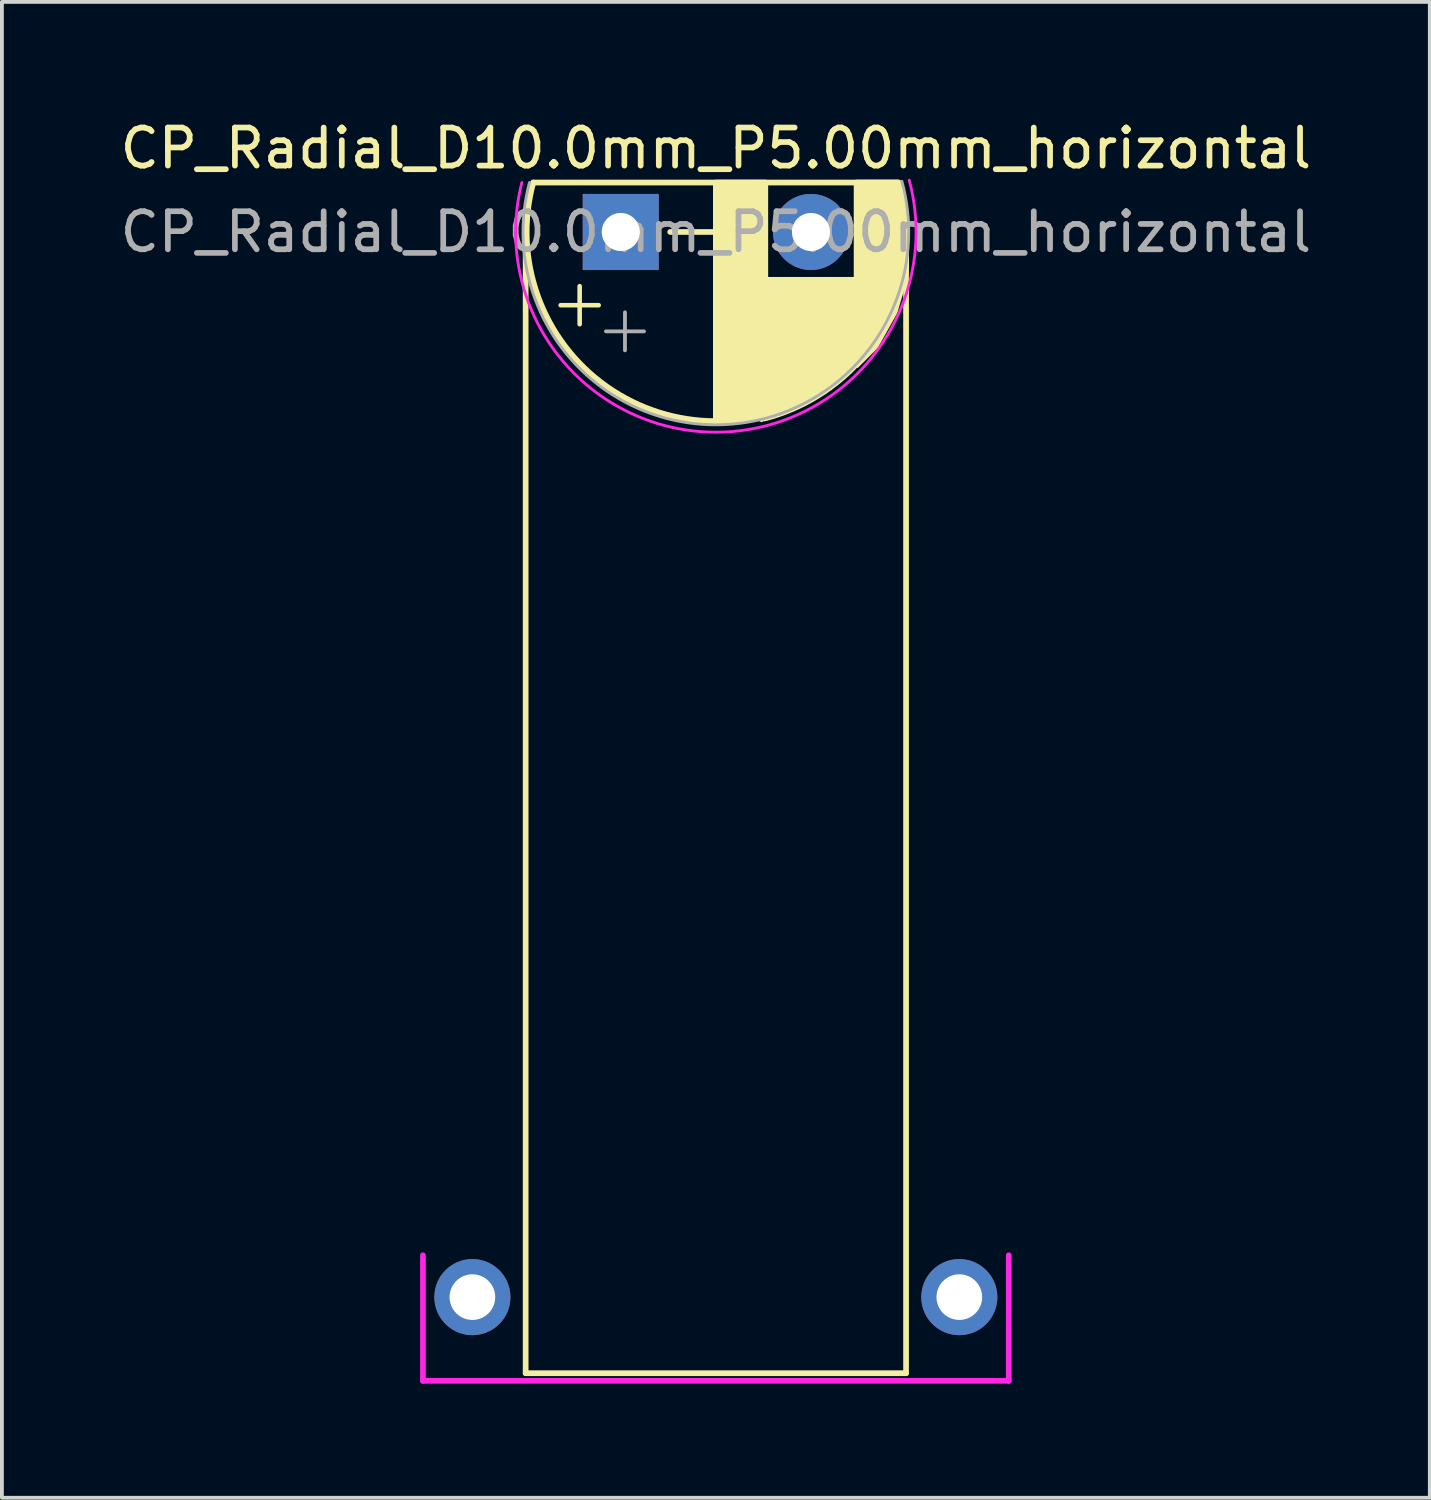
<source format=kicad_pcb>
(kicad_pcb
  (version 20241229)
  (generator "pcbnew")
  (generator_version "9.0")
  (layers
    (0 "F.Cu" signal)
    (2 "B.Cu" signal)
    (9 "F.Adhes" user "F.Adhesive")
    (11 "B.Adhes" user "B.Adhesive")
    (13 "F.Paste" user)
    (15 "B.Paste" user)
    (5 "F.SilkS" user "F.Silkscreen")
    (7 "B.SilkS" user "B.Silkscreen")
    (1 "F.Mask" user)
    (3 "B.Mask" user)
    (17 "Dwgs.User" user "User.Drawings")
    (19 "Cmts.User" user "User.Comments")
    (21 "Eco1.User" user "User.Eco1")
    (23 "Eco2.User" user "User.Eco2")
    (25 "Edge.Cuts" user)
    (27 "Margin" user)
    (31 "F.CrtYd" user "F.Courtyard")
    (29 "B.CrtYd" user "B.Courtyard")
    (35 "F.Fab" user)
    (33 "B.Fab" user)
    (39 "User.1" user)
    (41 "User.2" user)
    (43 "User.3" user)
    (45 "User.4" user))
  (footprint "CP_Radial_D10.0mm_P5.00mm_horizontal"
    (layer "F.Cu")
    (at 13.268 3.048)
    (property "Reference" "CP_Radial_D10.0mm_P5.00mm_horizontal" (at 2.5 -2.2 0) (layer "F.SilkS") (effects (font (size 1 1) (thickness 0.15))))
    (attr through_hole)
    (fp_line (start -2.5 0) (end -2.5 30) (stroke (width 0.15) (type solid)) (layer "F.SilkS"))
    (fp_line (start -2.5 30) (end 7.5 30) (stroke (width 0.15) (type solid)) (layer "F.SilkS"))
    (fp_line (start -2.3 -1.3) (end 7.3 -1.3) (stroke (width 0.15) (type solid)) (layer "F.SilkS"))
    (fp_line (start -1.58 1.925) (end -0.58 1.925) (stroke (width 0.12) (type solid)) (layer "F.SilkS"))
    (fp_line (start -1.08 1.425) (end -1.08 2.425) (stroke (width 0.12) (type solid)) (layer "F.SilkS"))
    (fp_line (start 1.3 0) (end 3.7 0) (stroke (width 0.15) (type solid)) (layer "F.SilkS"))
    (fp_line (start 3.7 0) (end 3.701 4.938) (stroke (width 0.12) (type solid)) (layer "F.SilkS"))
    (fp_line (start 3.781 1.241) (end 3.781 4.918) (stroke (width 0.12) (type solid)) (layer "F.SilkS"))
    (fp_line (start 3.821 1.241) (end 3.821 4.907) (stroke (width 0.12) (type solid)) (layer "F.SilkS"))
    (fp_line (start 3.861 1.241) (end 3.861 4.897) (stroke (width 0.12) (type solid)) (layer "F.SilkS"))
    (fp_line (start 3.901 1.241) (end 3.901 4.885) (stroke (width 0.12) (type solid)) (layer "F.SilkS"))
    (fp_line (start 3.941 1.241) (end 3.941 4.874) (stroke (width 0.12) (type solid)) (layer "F.SilkS"))
    (fp_line (start 3.981 1.241) (end 3.981 4.862) (stroke (width 0.12) (type solid)) (layer "F.SilkS"))
    (fp_line (start 4.021 1.241) (end 4.021 4.85) (stroke (width 0.12) (type solid)) (layer "F.SilkS"))
    (fp_line (start 4.061 1.241) (end 4.061 4.837) (stroke (width 0.12) (type solid)) (layer "F.SilkS"))
    (fp_line (start 4.101 1.241) (end 4.101 4.824) (stroke (width 0.12) (type solid)) (layer "F.SilkS"))
    (fp_line (start 4.141 1.241) (end 4.141 4.811) (stroke (width 0.12) (type solid)) (layer "F.SilkS"))
    (fp_line (start 4.181 1.241) (end 4.181 4.797) (stroke (width 0.12) (type solid)) (layer "F.SilkS"))
    (fp_line (start 4.221 1.241) (end 4.221 4.783) (stroke (width 0.12) (type solid)) (layer "F.SilkS"))
    (fp_line (start 4.261 1.241) (end 4.261 4.768) (stroke (width 0.12) (type solid)) (layer "F.SilkS"))
    (fp_line (start 4.301 1.241) (end 4.301 4.754) (stroke (width 0.12) (type solid)) (layer "F.SilkS"))
    (fp_line (start 4.341 1.241) (end 4.341 4.738) (stroke (width 0.12) (type solid)) (layer "F.SilkS"))
    (fp_line (start 4.381 1.241) (end 4.381 4.723) (stroke (width 0.12) (type solid)) (layer "F.SilkS"))
    (fp_line (start 4.421 1.241) (end 4.421 4.707) (stroke (width 0.12) (type solid)) (layer "F.SilkS"))
    (fp_line (start 4.461 1.241) (end 4.461 4.69) (stroke (width 0.12) (type solid)) (layer "F.SilkS"))
    (fp_line (start 4.501 1.241) (end 4.501 4.674) (stroke (width 0.12) (type solid)) (layer "F.SilkS"))
    (fp_line (start 4.541 1.241) (end 4.541 4.657) (stroke (width 0.12) (type solid)) (layer "F.SilkS"))
    (fp_line (start 4.581 1.241) (end 4.581 4.639) (stroke (width 0.12) (type solid)) (layer "F.SilkS"))
    (fp_line (start 4.621 1.241) (end 4.621 4.621) (stroke (width 0.12) (type solid)) (layer "F.SilkS"))
    (fp_line (start 4.661 1.241) (end 4.661 4.603) (stroke (width 0.12) (type solid)) (layer "F.SilkS"))
    (fp_line (start 4.701 1.241) (end 4.701 4.584) (stroke (width 0.12) (type solid)) (layer "F.SilkS"))
    (fp_line (start 4.741 1.241) (end 4.741 4.564) (stroke (width 0.12) (type solid)) (layer "F.SilkS"))
    (fp_line (start 4.781 1.241) (end 4.781 4.545) (stroke (width 0.12) (type solid)) (layer "F.SilkS"))
    (fp_line (start 4.821 1.241) (end 4.821 4.525) (stroke (width 0.12) (type solid)) (layer "F.SilkS"))
    (fp_line (start 4.861 1.241) (end 4.861 4.504) (stroke (width 0.12) (type solid)) (layer "F.SilkS"))
    (fp_line (start 4.901 1.241) (end 4.901 4.483) (stroke (width 0.12) (type solid)) (layer "F.SilkS"))
    (fp_line (start 4.941 1.241) (end 4.941 4.462) (stroke (width 0.12) (type solid)) (layer "F.SilkS"))
    (fp_line (start 4.981 1.241) (end 4.981 4.44) (stroke (width 0.12) (type solid)) (layer "F.SilkS"))
    (fp_line (start 5.021 1.241) (end 5.021 4.417) (stroke (width 0.12) (type solid)) (layer "F.SilkS"))
    (fp_line (start 5.061 1.241) (end 5.061 4.395) (stroke (width 0.12) (type solid)) (layer "F.SilkS"))
    (fp_line (start 5.101 1.241) (end 5.101 4.371) (stroke (width 0.12) (type solid)) (layer "F.SilkS"))
    (fp_line (start 5.141 1.241) (end 5.141 4.347) (stroke (width 0.12) (type solid)) (layer "F.SilkS"))
    (fp_line (start 5.181 1.241) (end 5.181 4.323) (stroke (width 0.12) (type solid)) (layer "F.SilkS"))
    (fp_line (start 5.221 1.241) (end 5.221 4.298) (stroke (width 0.12) (type solid)) (layer "F.SilkS"))
    (fp_line (start 5.261 1.241) (end 5.261 4.273) (stroke (width 0.12) (type solid)) (layer "F.SilkS"))
    (fp_line (start 5.301 1.241) (end 5.301 4.247) (stroke (width 0.12) (type solid)) (layer "F.SilkS"))
    (fp_line (start 5.341 1.241) (end 5.341 4.221) (stroke (width 0.12) (type solid)) (layer "F.SilkS"))
    (fp_line (start 5.381 1.241) (end 5.381 4.194) (stroke (width 0.12) (type solid)) (layer "F.SilkS"))
    (fp_line (start 5.421 1.241) (end 5.421 4.166) (stroke (width 0.12) (type solid)) (layer "F.SilkS"))
    (fp_line (start 5.461 1.241) (end 5.461 4.138) (stroke (width 0.12) (type solid)) (layer "F.SilkS"))
    (fp_line (start 5.501 1.241) (end 5.501 4.11) (stroke (width 0.12) (type solid)) (layer "F.SilkS"))
    (fp_line (start 5.541 1.241) (end 5.541 4.08) (stroke (width 0.12) (type solid)) (layer "F.SilkS"))
    (fp_line (start 5.581 1.241) (end 5.581 4.05) (stroke (width 0.12) (type solid)) (layer "F.SilkS"))
    (fp_line (start 5.621 1.241) (end 5.621 4.02) (stroke (width 0.12) (type solid)) (layer "F.SilkS"))
    (fp_line (start 5.661 1.241) (end 5.661 3.989) (stroke (width 0.12) (type solid)) (layer "F.SilkS"))
    (fp_line (start 5.701 1.241) (end 5.701 3.957) (stroke (width 0.12) (type solid)) (layer "F.SilkS"))
    (fp_line (start 5.741 1.241) (end 5.741 3.925) (stroke (width 0.12) (type solid)) (layer "F.SilkS"))
    (fp_line (start 5.781 1.241) (end 5.781 3.892) (stroke (width 0.12) (type solid)) (layer "F.SilkS"))
    (fp_line (start 5.821 1.241) (end 5.821 3.858) (stroke (width 0.12) (type solid)) (layer "F.SilkS"))
    (fp_line (start 5.861 1.241) (end 5.861 3.824) (stroke (width 0.12) (type solid)) (layer "F.SilkS"))
    (fp_line (start 5.901 1.241) (end 5.901 3.789) (stroke (width 0.12) (type solid)) (layer "F.SilkS"))
    (fp_line (start 5.941 1.241) (end 5.941 3.753) (stroke (width 0.12) (type solid)) (layer "F.SilkS"))
    (fp_line (start 5.981 1.241) (end 5.981 3.716) (stroke (width 0.12) (type solid)) (layer "F.SilkS"))
    (fp_line (start 6.021 1.241) (end 6.021 3.679) (stroke (width 0.12) (type solid)) (layer "F.SilkS"))
    (fp_line (start 6.061 1.241) (end 6.061 3.64) (stroke (width 0.12) (type solid)) (layer "F.SilkS"))
    (fp_line (start 6.101 1.241) (end 6.101 3.601) (stroke (width 0.12) (type solid)) (layer "F.SilkS"))
    (fp_line (start 6.141 1.241) (end 6.141 3.561) (stroke (width 0.12) (type solid)) (layer "F.SilkS"))
    (fp_line (start 6.181 1.241) (end 6.181 3.52) (stroke (width 0.12) (type solid)) (layer "F.SilkS"))
    (fp_line (start 6.221 1.241) (end 6.221 3.478) (stroke (width 0.12) (type solid)) (layer "F.SilkS"))
    (fp_line (start 6.43 -0.01) (end 6.421 3.254) (stroke (width 0.12) (type solid)) (layer "F.SilkS"))
    (fp_line (start 6.45 0) (end 6.461 3.206) (stroke (width 0.12) (type solid)) (layer "F.SilkS"))
    (fp_line (start 6.575 0.025) (end 6.581 3.054) (stroke (width 0.12) (type solid)) (layer "F.SilkS"))
    (fp_line (start 7.5 30) (end 7.5 0) (stroke (width 0.15) (type solid)) (layer "F.SilkS"))
    (fp_arc (start 7.30664 -1.27523) (mid 2.487178 4.97291) (end -2.3 -1.3) (stroke (width 0.15) (type solid)) (layer "F.SilkS"))
    (fp_poly (pts (xy 2.5 -1.3) (xy 2.5 5) (xy 2.8 5) (xy 3.2 4.9) (xy 3.8 4.8) (xy 3.8 -1.3)) (stroke (width 0.15) (type solid)) (fill yes) (layer "F.SilkS"))
    (fp_poly (pts (xy 6.2 3.5) (xy 6.7 3) (xy 7.2 2.1) (xy 7.5 1.1) (xy 7.5 0) (xy 7.4 -0.8) (xy 7.3 -1.3) (xy 6.2 -1.3)) (stroke (width 0.15) (type solid)) (fill yes) (layer "F.SilkS"))
    (fp_line (start -5.2 26.9) (end -5.2 30.2) (stroke (width 0.15) (type solid)) (layer "F.CrtYd"))
    (fp_line (start -5.2 30.2) (end 10.2 30.2) (stroke (width 0.15) (type solid)) (layer "F.CrtYd"))
    (fp_line (start 10.2 30.2) (end 10.2 26.9) (stroke (width 0.15) (type solid)) (layer "F.CrtYd"))
    (fp_arc (start 7.583749 -1.362161) (mid 2.532125 5.26298) (end -2.599999 -1.299999) (stroke (width 0.075) (type solid)) (layer "F.CrtYd"))
    (fp_line (start -0.389 2.612) (end 0.611 2.612) (stroke (width 0.1) (type solid)) (layer "F.Fab"))
    (fp_line (start 0.111 2.112) (end 0.111 3.112) (stroke (width 0.1) (type solid)) (layer "F.Fab"))
    (fp_arc (start 7.391205 -1.332706) (mid 2.516934 5.069488) (end -2.399999 -1.299999) (stroke (width 0.075) (type solid)) (layer "F.Fab"))
    (fp_text user "${REFERENCE}" (at 2.5 0 0) (layer "F.Fab") (effects (font (size 1 1) (thickness 0.15))))
    (pad "1" thru_hole rect (at 0 0) (size 2 2) (drill 1) (layers "*.Cu" "*.Mask"))
    (pad "2" thru_hole circle (at 5 0) (size 2 2) (drill 1) (layers "*.Cu" "*.Mask"))
    (pad "3" thru_hole circle (at -3.9 28) (size 2 2) (drill 1.2) (layers "*.Cu" "*.Mask"))
    (pad "4" thru_hole circle (at 8.9 28) (size 2 2) (drill 1.2) (layers "*.Cu" "*.Mask")))
  (gr_rect
    (start -3 -3)
    (end 34.536 36.323)
    (stroke (width 0.1) (type default))
    (fill no)
    (layer "Edge.Cuts")))
</source>
